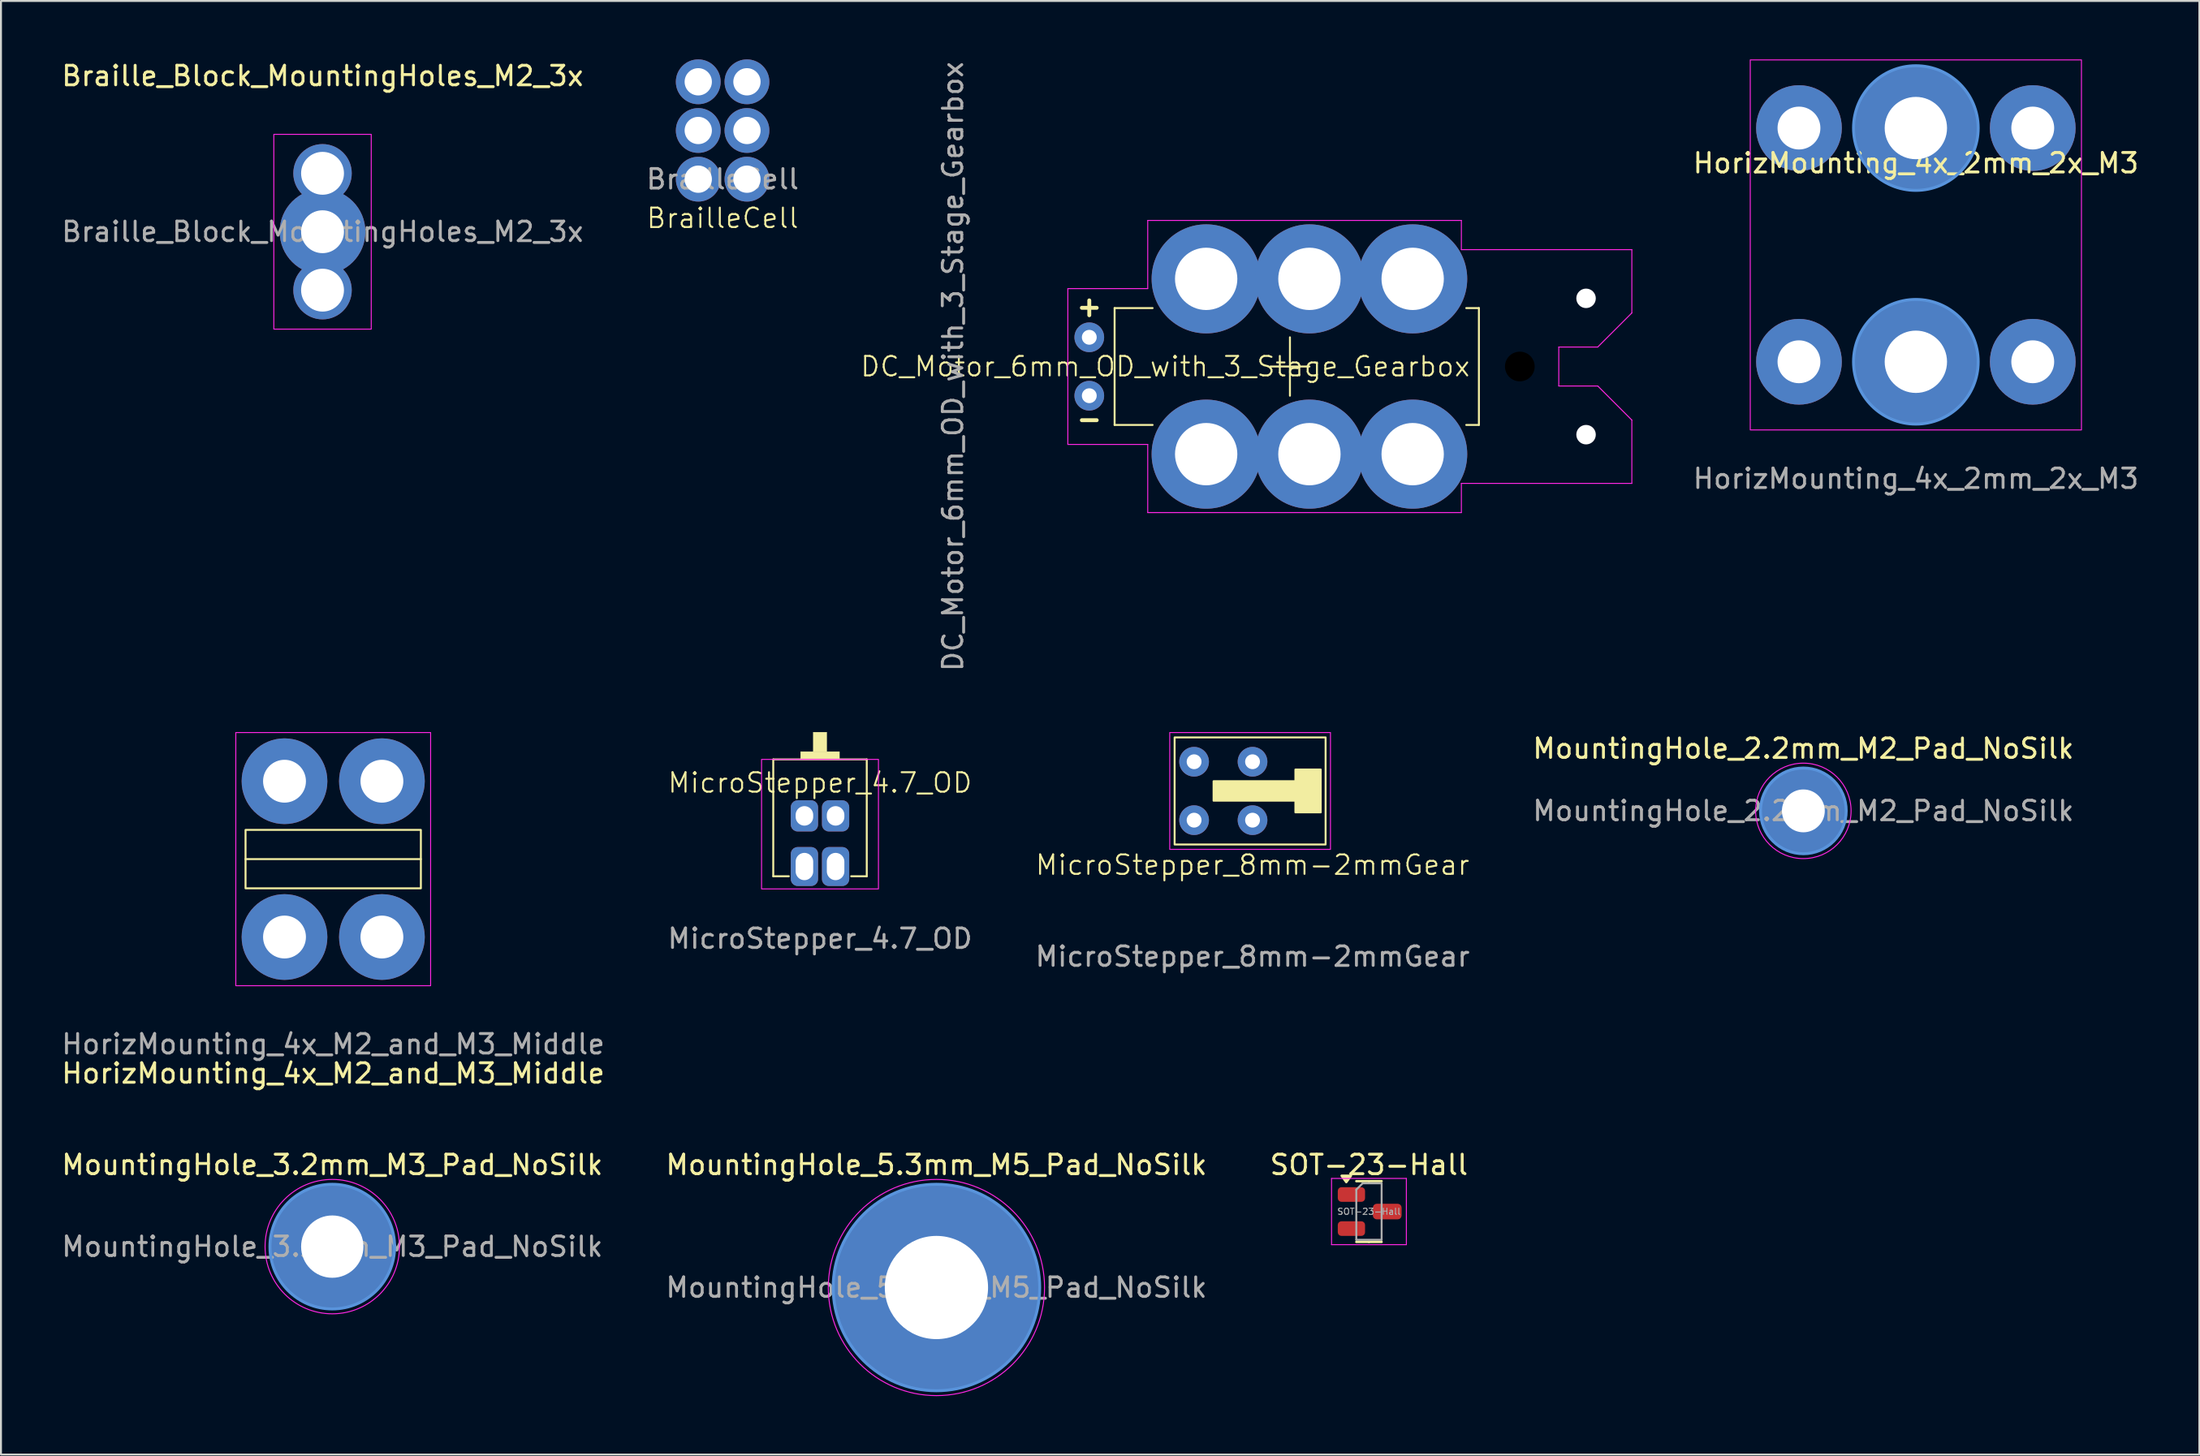
<source format=kicad_pcb>
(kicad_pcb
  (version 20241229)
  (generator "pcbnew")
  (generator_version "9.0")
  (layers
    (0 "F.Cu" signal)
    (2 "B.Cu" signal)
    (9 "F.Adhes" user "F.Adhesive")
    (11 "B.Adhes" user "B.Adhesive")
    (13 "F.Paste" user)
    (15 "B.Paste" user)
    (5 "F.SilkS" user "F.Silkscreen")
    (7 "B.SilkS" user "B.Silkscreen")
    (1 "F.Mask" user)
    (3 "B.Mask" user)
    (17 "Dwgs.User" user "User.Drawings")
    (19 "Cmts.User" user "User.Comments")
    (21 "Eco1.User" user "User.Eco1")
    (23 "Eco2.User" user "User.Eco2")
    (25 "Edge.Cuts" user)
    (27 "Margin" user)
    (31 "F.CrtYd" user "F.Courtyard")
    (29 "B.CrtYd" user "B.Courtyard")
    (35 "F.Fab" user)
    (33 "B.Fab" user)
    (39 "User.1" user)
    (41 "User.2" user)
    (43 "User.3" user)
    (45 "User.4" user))
  (footprint "HorizMounting_4x_M2_and_M3_Middle"
    (layer "F.Cu")
    (at 14.054 41.061)
    (property "Reference" "HorizMounting_4x_M2_and_M3_Middle" (at 0 11 0) (layer "F.SilkS") (effects (font (size 1 1) (thickness 0.15))))
    (attr exclude_from_pos_files exclude_from_bom)
    (fp_line (start -4.5 0) (end 4.5 0) (stroke (width 0.1) (type default)) (layer "F.SilkS"))
    (fp_rect (start -4.5 -1.5) (end 4.5 1.5) (stroke (width 0.1) (type default)) (fill no) (layer "F.SilkS"))
    (fp_rect (start -5 -6.5) (end 5 6.5) (stroke (width 0.05) (type default)) (fill no) (layer "F.CrtYd"))
    (fp_text user "${REFERENCE}" (at 0 9.5 0) (layer "F.Fab") (effects (font (size 1 1) (thickness 0.15))))
    (pad "1" thru_hole circle (at -2.5 -4) (size 4.4 4.4) (drill 2.2) (layers "*.Cu" "*.Mask"))
    (pad "1" thru_hole circle (at -2.5 4) (size 4.4 4.4) (drill 2.2) (layers "*.Cu" "*.Mask"))
    (pad "1" thru_hole circle (at 2.5 -4) (size 4.4 4.4) (drill 2.2) (layers "*.Cu" "*.Mask"))
    (pad "1" thru_hole circle (at 2.5 4) (size 4.4 4.4) (drill 2.2) (layers "*.Cu" "*.Mask")))
  (footprint "SOT-23-Hall"
    (layer "F.Cu")
    (at 67.22 59.157)
    (property "Reference" "SOT-23-Hall" (at 0 -2.4 0) (layer "F.SilkS") (effects (font (size 1 1) (thickness 0.15))))
    (attr smd)
    (fp_line (start 0 -1.56) (end -0.65 -1.56) (stroke (width 0.12) (type solid)) (layer "F.SilkS"))
    (fp_line (start 0 -1.56) (end 0.65 -1.56) (stroke (width 0.12) (type solid)) (layer "F.SilkS"))
    (fp_line (start 0 1.56) (end -0.65 1.56) (stroke (width 0.12) (type solid)) (layer "F.SilkS"))
    (fp_line (start 0 1.56) (end 0.65 1.56) (stroke (width 0.12) (type solid)) (layer "F.SilkS"))
    (fp_poly (pts (xy -1.163 -1.51) (xy -1.403 -1.84) (xy -0.922 -1.84) (xy -1.163 -1.51)) (stroke (width 0.12) (type solid)) (fill yes) (layer "F.SilkS"))
    (fp_line (start -1.92 -1.7) (end -1.92 1.7) (stroke (width 0.05) (type solid)) (layer "F.CrtYd"))
    (fp_line (start -1.92 1.7) (end 1.92 1.7) (stroke (width 0.05) (type solid)) (layer "F.CrtYd"))
    (fp_line (start 1.92 -1.7) (end -1.92 -1.7) (stroke (width 0.05) (type solid)) (layer "F.CrtYd"))
    (fp_line (start 1.92 1.7) (end 1.92 -1.7) (stroke (width 0.05) (type solid)) (layer "F.CrtYd"))
    (fp_line (start -0.65 -1.125) (end -0.325 -1.45) (stroke (width 0.1) (type solid)) (layer "F.Fab"))
    (fp_line (start -0.65 1.45) (end -0.65 -1.125) (stroke (width 0.1) (type solid)) (layer "F.Fab"))
    (fp_line (start -0.325 -1.45) (end 0.65 -1.45) (stroke (width 0.1) (type solid)) (layer "F.Fab"))
    (fp_line (start 0.65 -1.45) (end 0.65 1.45) (stroke (width 0.1) (type solid)) (layer "F.Fab"))
    (fp_line (start 0.65 1.45) (end -0.65 1.45) (stroke (width 0.1) (type solid)) (layer "F.Fab"))
    (fp_text user "${REFERENCE}" (at 0 0 0) (layer "F.Fab") (effects (font (size 0.32 0.32) (thickness 0.05))))
    (pad "1" smd roundrect (at -0.9 -0.875) (size 1.4 0.75) (layers "F.Cu" "F.Mask" "F.Paste") (roundrect_rratio 0.25))
    (pad "2" smd roundrect (at -0.9 0.875) (size 1.4 0.75) (layers "F.Cu" "F.Mask" "F.Paste") (roundrect_rratio 0.25))
    (pad "3" smd roundrect (at 0.938 0) (size 1.475 0.8) (layers "F.Cu" "F.Mask" "F.Paste") (roundrect_rratio 0.25)))
  (footprint "MountingHole_3.2mm_M3_Pad_NoSilk"
    (layer "F.Cu")
    (at 14.006 60.957)
    (property "Reference" "MountingHole_3.2mm_M3_Pad_NoSilk" (at 0 -4.2 0) (layer "F.SilkS") (effects (font (size 1 1) (thickness 0.15))))
    (attr exclude_from_pos_files exclude_from_bom)
    (fp_circle (center 0 0) (end 3.2 0) (stroke (width 0.15) (type solid)) (fill no) (layer "Cmts.User"))
    (fp_circle (center 0 0) (end 3.45 0) (stroke (width 0.05) (type solid)) (fill no) (layer "F.CrtYd"))
    (fp_text user "${REFERENCE}" (at 0 0 0) (layer "F.Fab") (effects (font (size 1 1) (thickness 0.15))))
    (pad "1" thru_hole circle (at 0 0) (size 6.4 6.4) (drill 3.2) (layers "*.Cu" "*.Mask")))
  (footprint "MountingHole_2.2mm_M2_Pad_NoSilk"
    (layer "F.Cu")
    (at 89.518 38.584)
    (property "Reference" "MountingHole_2.2mm_M2_Pad_NoSilk" (at 0 -3.2 0) (layer "F.SilkS") (effects (font (size 1 1) (thickness 0.15))))
    (attr exclude_from_pos_files exclude_from_bom)
    (fp_circle (center 0 0) (end 2.2 0) (stroke (width 0.15) (type solid)) (fill no) (layer "Cmts.User"))
    (fp_circle (center 0 0) (end 2.45 0) (stroke (width 0.05) (type solid)) (fill no) (layer "F.CrtYd"))
    (fp_text user "${REFERENCE}" (at 0 0 0) (layer "F.Fab") (effects (font (size 1 1) (thickness 0.15))))
    (pad "1" thru_hole circle (at 0 0) (size 4.4 4.4) (drill 2.2) (layers "*.Cu" "*.Mask")))
  (footprint "MicroStepper_4.7_OD"
    (layer "F.Cu")
    (at 39.042 35.541)
    (property "Reference" "MicroStepper_4.7_OD" (at 0 1.6 0) (layer "F.SilkS") (effects (font (size 1 1) (thickness 0.1))))
    (attr through_hole)
    (fp_line (start -2.4 0.4) (end 2.4 0.4) (stroke (width 0.1) (type default)) (layer "F.SilkS"))
    (fp_line (start -2.4 6.4) (end -2.4 0.4) (stroke (width 0.1) (type default)) (layer "F.SilkS"))
    (fp_line (start -1.6 6.4) (end -2.4 6.4) (stroke (width 0.1) (type default)) (layer "F.SilkS"))
    (fp_line (start 2.4 0.4) (end 2.4 6.4) (stroke (width 0.1) (type default)) (layer "F.SilkS"))
    (fp_line (start 2.4 6.4) (end 1.6 6.4) (stroke (width 0.1) (type default)) (layer "F.SilkS"))
    (fp_rect (start -1 0) (end 1 0.4) (stroke (width 0.01) (type solid)) (fill yes) (layer "F.SilkS"))
    (fp_rect (start -0.35 -1) (end 0.35 0) (stroke (width 0.01) (type solid)) (fill yes) (layer "F.SilkS"))
    (fp_rect (start -3 0.4) (end 3 7.05) (stroke (width 0.05) (type default)) (fill no) (layer "F.CrtYd"))
    (fp_text user "${REFERENCE}" (at 0 9.6 0) (unlocked yes) (layer "F.Fab") (effects (font (size 1 1) (thickness 0.15))))
    (pad "1" thru_hole roundrect (at -0.8 3.3) (size 1.4 1.6) (drill oval 0.9 1) (layers "*.Cu" "*.Mask") (roundrect_rratio 0.25))
    (pad "2" thru_hole roundrect (at 0.8 3.3) (size 1.4 1.6) (drill oval 0.9 1) (layers "*.Cu" "*.Mask") (roundrect_rratio 0.25))
    (pad "3" thru_hole roundrect (at -0.8 5.9) (size 1.4 2) (drill oval 0.9 1.4) (layers "*.Cu" "*.Mask") (roundrect_rratio 0.25))
    (pad "4" thru_hole roundrect (at 0.8 5.9) (size 1.4 2) (drill oval 0.9 1.4) (layers "*.Cu" "*.Mask") (roundrect_rratio 0.25)))
  (footprint "MicroStepper_8mm-2mmGear"
    (layer "F.Cu")
    (at 61.244 37.561)
    (property "Reference" "MicroStepper_8mm-2mmGear" (at 0 3.8 0) (unlocked yes) (layer "F.SilkS") (effects (font (size 1 1) (thickness 0.1))))
    (attr through_hole)
    (fp_rect (start -4 -2.75) (end 3.75 2.75) (stroke (width 0.1) (type default)) (fill no) (layer "F.SilkS"))
    (fp_rect (start -2 -0.5) (end 3 0.5) (stroke (width 0.1) (type solid)) (fill yes) (layer "F.SilkS"))
    (fp_rect (start 2.2 -1.1) (end 3.5 1.1) (stroke (width 0.1) (type solid)) (fill yes) (layer "F.SilkS"))
    (fp_rect (start -4.25 -3) (end 4 3) (stroke (width 0.05) (type default)) (fill no) (layer "F.CrtYd"))
    (fp_text user "${REFERENCE}" (at 0 8.5 0) (unlocked yes) (layer "F.Fab") (effects (font (size 1 1) (thickness 0.15))))
    (pad "1" thru_hole circle (at -3 -1.5) (size 1.524 1.524) (drill 0.762) (layers "*.Cu" "*.Mask"))
    (pad "2" thru_hole circle (at -3 1.5) (size 1.524 1.524) (drill 0.762) (layers "*.Cu" "*.Mask"))
    (pad "3" thru_hole circle (at 0 -1.5) (size 1.524 1.524) (drill 0.762) (layers "*.Cu" "*.Mask"))
    (pad "4" thru_hole circle (at 0 1.5) (size 1.524 1.524) (drill 0.762) (layers "*.Cu" "*.Mask")))
  (footprint "MountingHole_5.3mm_M5_Pad_NoSilk"
    (layer "F.Cu")
    (at 45.018 63.057)
    (property "Reference" "MountingHole_5.3mm_M5_Pad_NoSilk" (at 0 -6.3 0) (layer "F.SilkS") (effects (font (size 1 1) (thickness 0.15))))
    (attr exclude_from_pos_files exclude_from_bom)
    (fp_circle (center 0 0) (end 5.3 0) (stroke (width 0.15) (type solid)) (fill no) (layer "Cmts.User"))
    (fp_circle (center 0 0) (end 5.55 0) (stroke (width 0.05) (type solid)) (fill no) (layer "F.CrtYd"))
    (fp_text user "${REFERENCE}" (at 0 0 0) (layer "F.Fab") (effects (font (size 1 1) (thickness 0.15))))
    (pad "1" thru_hole circle (at 0 0) (size 10.6 10.6) (drill 5.3) (layers "*.Cu" "*.Mask")))
  (footprint "BrailleCell"
    (layer "F.Cu")
    (at 34.042 3.65)
    (property "Reference" "BrailleCell" (at 0 4.5 0) (unlocked yes) (layer "F.SilkS") (effects (font (size 1 1) (thickness 0.1))))
    (attr smd)
    (fp_text user "${REFERENCE}" (at 0 2.5 0) (unlocked yes) (layer "F.Fab") (effects (font (size 1 1) (thickness 0.15))))
    (pad "1" thru_hole circle (at -1.25 -2.5) (size 2.3 2.3) (drill 1.4) (layers "*.Cu" "*.Mask"))
    (pad "1" thru_hole circle (at -1.25 0) (size 2.3 2.3) (drill 1.4) (layers "*.Cu" "*.Mask"))
    (pad "1" thru_hole circle (at -1.25 2.5) (size 2.3 2.3) (drill 1.4) (layers "*.Cu" "*.Mask"))
    (pad "1" thru_hole circle (at 1.25 -2.5) (size 2.3 2.3) (drill 1.4) (layers "*.Cu" "*.Mask"))
    (pad "1" thru_hole circle (at 1.25 0) (size 2.3 2.3) (drill 1.4) (layers "*.Cu" "*.Mask"))
    (pad "1" thru_hole circle (at 1.25 2.5) (size 2.3 2.3) (drill 1.4) (layers "*.Cu" "*.Mask")))
  (footprint "DC_Motor_6mm_OD_with_3_Stage_Gearbox"
    (layer "F.Cu")
    (at 73.964 15.768)
    (property "Reference" "DC_Motor_6mm_OD_with_3_Stage_Gearbox" (at -17.2 0 0) (unlocked yes) (layer "F.SilkS") (effects (font (size 1 1) (thickness 0.1))))
    (attr through_hole)
    (fp_line (start -19.8 3) (end -19.8 -3) (stroke (width 0.1) (type default)) (layer "F.SilkS"))
    (fp_line (start -17.85 -3) (end -19.8 -3) (stroke (width 0.1) (type default)) (layer "F.SilkS"))
    (fp_line (start -17.85 3) (end -19.8 3) (stroke (width 0.1) (type default)) (layer "F.SilkS"))
    (fp_line (start -11.8 0) (end -9.8 0) (stroke (width 0.1) (type default)) (layer "F.SilkS"))
    (fp_line (start -10.8 -1.5) (end -10.8 1.5) (stroke (width 0.1) (type default)) (layer "F.SilkS"))
    (fp_line (start -1.1 -3) (end -1.75 -3) (stroke (width 0.1) (type default)) (layer "F.SilkS"))
    (fp_line (start -1.1 3) (end -1.75 3) (stroke (width 0.1) (type default)) (layer "F.SilkS"))
    (fp_line (start -1.1 3) (end -1.1 -3) (stroke (width 0.1) (type default)) (layer "F.SilkS"))
    (fp_line (start -22.2 -4) (end -22.2 4) (stroke (width 0.05) (type default)) (layer "F.CrtYd"))
    (fp_line (start -22.2 4) (end -18.1 4) (stroke (width 0.05) (type default)) (layer "F.CrtYd"))
    (fp_line (start -18.1 -7.5) (end -18.1 -4) (stroke (width 0.05) (type default)) (layer "F.CrtYd"))
    (fp_line (start -18.1 -4) (end -22.2 -4) (stroke (width 0.05) (type default)) (layer "F.CrtYd"))
    (fp_line (start -18.1 4) (end -18.1 7.5) (stroke (width 0.05) (type default)) (layer "F.CrtYd"))
    (fp_line (start -18.1 7.5) (end -2 7.5) (stroke (width 0.05) (type default)) (layer "F.CrtYd"))
    (fp_line (start -2 -7.5) (end -18.1 -7.5) (stroke (width 0.05) (type default)) (layer "F.CrtYd"))
    (fp_line (start -2 -7.5) (end -2 -6) (stroke (width 0.05) (type default)) (layer "F.CrtYd"))
    (fp_line (start -2 -6) (end 6.75 -6) (stroke (width 0.05) (type default)) (layer "F.CrtYd"))
    (fp_line (start -2 6) (end -2 7.5) (stroke (width 0.05) (type default)) (layer "F.CrtYd"))
    (fp_line (start -2 6) (end 6.75 6) (stroke (width 0.05) (type default)) (layer "F.CrtYd"))
    (fp_line (start 3 -1) (end 3 1) (stroke (width 0.05) (type default)) (layer "F.CrtYd"))
    (fp_line (start 3 1) (end 5 1) (stroke (width 0.05) (type default)) (layer "F.CrtYd"))
    (fp_line (start 5 -1) (end 3 -1) (stroke (width 0.05) (type default)) (layer "F.CrtYd"))
    (fp_line (start 5 1) (end 6.75 2.75) (stroke (width 0.05) (type default)) (layer "F.CrtYd"))
    (fp_line (start 6.75 -6) (end 6.75 -2.75) (stroke (width 0.05) (type default)) (layer "F.CrtYd"))
    (fp_line (start 6.75 -2.75) (end 5 -1) (stroke (width 0.05) (type default)) (layer "F.CrtYd"))
    (fp_line (start 6.75 2.75) (end 6.75 6) (stroke (width 0.05) (type default)) (layer "F.CrtYd"))
    (fp_rect (start -1.1 -1.8) (end -0.55 1.8) (stroke (width 0.1) (type solid)) (fill no) (layer "User.9"))
    (fp_rect (start -1.1 -1) (end -0.45 1) (stroke (width 0.1) (type solid)) (fill no) (layer "User.9"))
    (fp_text user "-" (at -21.1 2.1 0) (unlocked yes) (layer "F.SilkS") (effects (font (size 1 1) (thickness 0.2) (bold yes)) (justify top)))
    (fp_text user "+" (at -21.1 -2.5 0) (unlocked yes) (layer "F.SilkS") (effects (font (size 1 1) (thickness 0.2) (bold yes)) (justify bottom)))
    (fp_text user "${REFERENCE}" (at -28.1 0 90) (unlocked yes) (layer "F.Fab") (effects (font (size 1 1) (thickness 0.15))))
    (pad "" np_thru_hole rect (at 1 0) (size 1.524 1.524) (drill oval 4 11.8) (layers "*.Mask"))
    (pad "" np_thru_hole circle (at 4.4 -3.5) (size 1 1) (drill 2) (layers "*.Cu" "*.Mask"))
    (pad "" np_thru_hole circle (at 4.4 3.5) (size 1 1) (drill 2) (layers "*.Cu" "*.Mask"))
    (pad "1" thru_hole circle (at -21.1 -1.5) (size 1.524 1.524) (drill 0.762) (layers "*.Cu" "*.Mask"))
    (pad "2" thru_hole circle (at -21.1 1.5) (size 1.524 1.524) (drill 0.762) (layers "*.Cu" "*.Mask"))
    (pad "MP1" thru_hole circle (at -15.1 -4.5) (size 5.6 5.6) (drill 3.2) (layers "*.Cu" "*.Mask"))
    (pad "MP1" thru_hole circle (at -9.8 -4.5) (size 5.6 5.6) (drill 3.2) (layers "*.Cu" "*.Mask"))
    (pad "MP1" thru_hole circle (at -4.5 -4.5) (size 5.6 5.6) (drill 3.2) (layers "*.Cu" "*.Mask"))
    (pad "MP2" thru_hole circle (at -15.1 4.5) (size 5.6 5.6) (drill 3.2) (layers "*.Cu" "*.Mask"))
    (pad "MP2" thru_hole circle (at -9.8 4.5) (size 5.6 5.6) (drill 3.2) (layers "*.Cu" "*.Mask"))
    (pad "MP2" thru_hole circle (at -4.5 4.5) (size 5.6 5.6) (drill 3.2) (layers "*.Cu" "*.Mask")))
  (footprint "HorizMounting_4x_2mm_2x_M3"
    (layer "F.Cu")
    (at 95.293 9.525)
    (property "Reference" "HorizMounting_4x_2mm_2x_M3" (at 0 -4.2 0) (layer "F.SilkS") (effects (font (size 1 1) (thickness 0.15))))
    (attr exclude_from_pos_files exclude_from_bom)
    (fp_circle (center 0 -6) (end 3.2 -6) (stroke (width 0.15) (type solid)) (fill no) (layer "Cmts.User"))
    (fp_circle (center 0 6) (end 3.2 6) (stroke (width 0.15) (type solid)) (fill no) (layer "Cmts.User"))
    (fp_rect (start -8.5 -9.5) (end 8.5 9.5) (stroke (width 0.05) (type default)) (fill no) (layer "F.CrtYd"))
    (fp_text user "${REFERENCE}" (at 0 12 0) (layer "F.Fab") (effects (font (size 1 1) (thickness 0.15))))
    (pad "1" thru_hole circle (at -6 -6) (size 4.4 4.4) (drill 2.2) (layers "*.Cu" "*.Mask"))
    (pad "1" thru_hole circle (at -6 6) (size 4.4 4.4) (drill 2.2) (layers "*.Cu" "*.Mask"))
    (pad "1" thru_hole circle (at 0 -6) (size 6.4 6.4) (drill 3.2) (layers "*.Cu" "*.Mask"))
    (pad "1" thru_hole circle (at 0 6) (size 6.4 6.4) (drill 3.2) (layers "*.Cu" "*.Mask"))
    (pad "1" thru_hole circle (at 6 -6) (size 4.4 4.4) (drill 2.2) (layers "*.Cu" "*.Mask"))
    (pad "1" thru_hole circle (at 6 6) (size 4.4 4.4) (drill 2.2) (layers "*.Cu" "*.Mask")))
  (footprint "Braille_Block_MountingHoles_M2_3x"
    (layer "F.Cu")
    (at 13.506 8.848)
    (property "Reference" "Braille_Block_MountingHoles_M2_3x" (at 0 -8 0) (layer "F.SilkS") (effects (font (size 1 1) (thickness 0.15))))
    (attr exclude_from_pos_files exclude_from_bom)
    (fp_rect (start -2.5 -5) (end 2.5 5) (stroke (width 0.05) (type default)) (fill no) (layer "F.CrtYd"))
    (fp_text user "${REFERENCE}" (at 0 0 0) (layer "F.Fab") (effects (font (size 1 1) (thickness 0.15))))
    (pad "1" thru_hole circle (at 0 -3) (size 3 3) (drill 2.2) (layers "*.Cu" "*.Mask"))
    (pad "1" thru_hole circle (at 0 0) (size 4.4 4.4) (drill 2.2) (layers "*.Cu" "*.Mask"))
    (pad "1" thru_hole circle (at 0 3) (size 3 3) (drill 2.2) (layers "*.Cu" "*.Mask")))
  (gr_rect
    (start -3 -3)
    (end 109.846 71.632)
    (stroke (width 0.1) (type default))
    (fill no)
    (layer "Edge.Cuts")))
</source>
